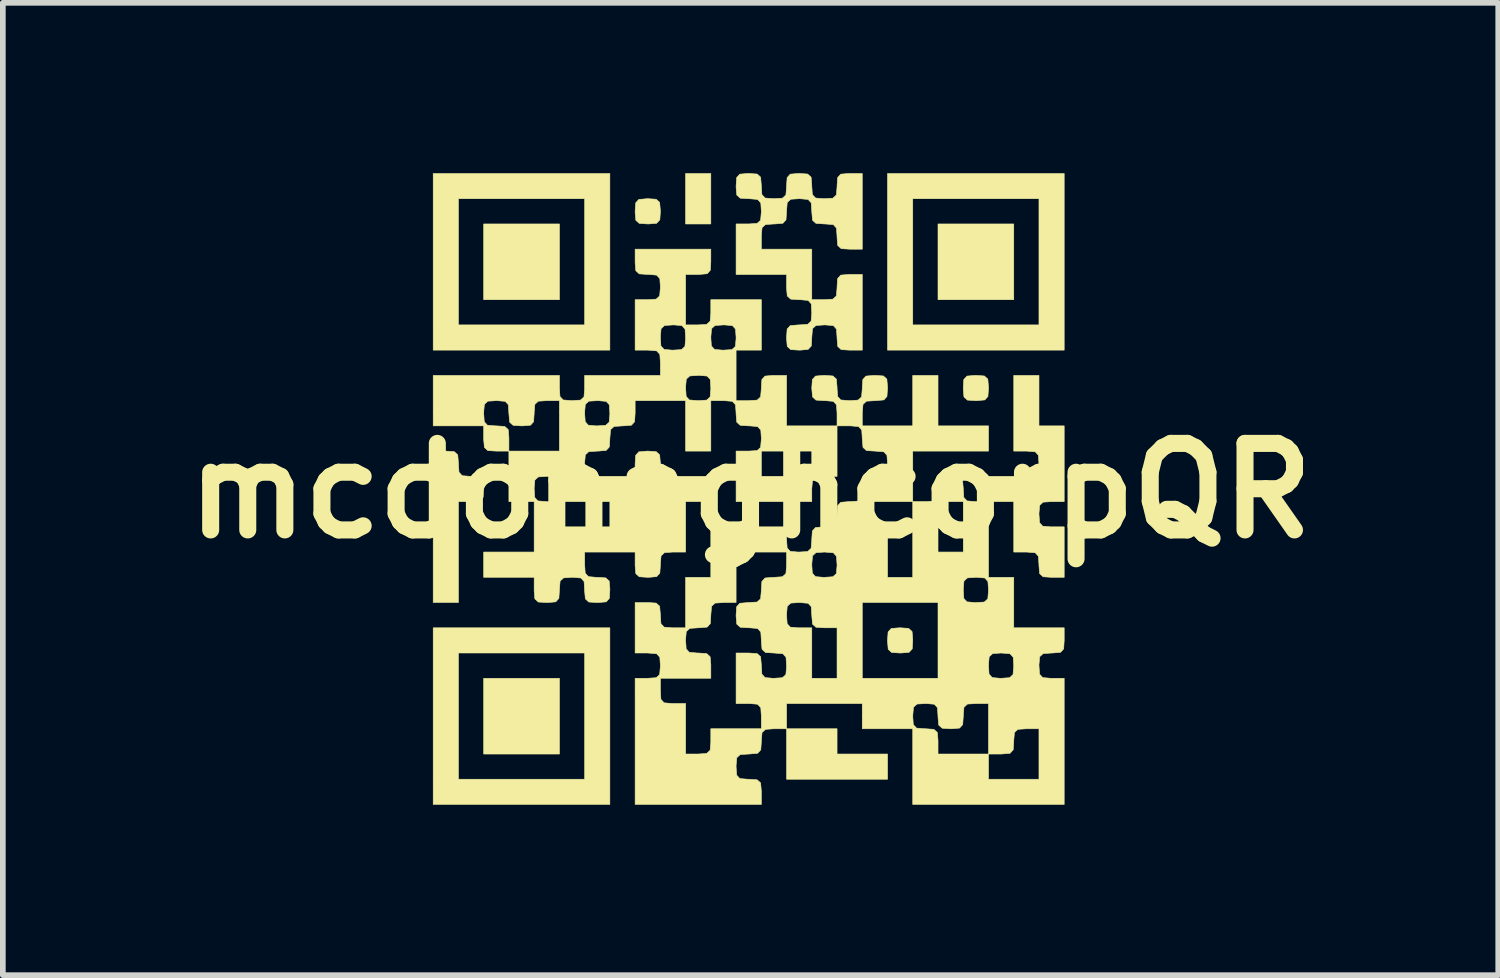
<source format=kicad_pcb>
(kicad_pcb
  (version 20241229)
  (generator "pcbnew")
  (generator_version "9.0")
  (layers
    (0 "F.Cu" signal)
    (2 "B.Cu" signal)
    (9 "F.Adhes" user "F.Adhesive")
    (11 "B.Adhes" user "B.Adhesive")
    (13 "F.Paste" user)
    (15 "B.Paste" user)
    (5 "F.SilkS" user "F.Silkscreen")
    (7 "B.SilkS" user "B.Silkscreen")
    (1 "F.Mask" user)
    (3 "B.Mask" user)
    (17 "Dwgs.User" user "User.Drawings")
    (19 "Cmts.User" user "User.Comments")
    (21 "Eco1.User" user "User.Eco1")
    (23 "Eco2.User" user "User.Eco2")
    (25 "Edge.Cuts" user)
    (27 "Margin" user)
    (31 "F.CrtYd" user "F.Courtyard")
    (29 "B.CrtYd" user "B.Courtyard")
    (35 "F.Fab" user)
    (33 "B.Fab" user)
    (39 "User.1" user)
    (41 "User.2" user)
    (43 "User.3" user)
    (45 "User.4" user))
  (footprint "mcdonaghcorpQR"
    (layer "F.Cu")
    (at 10.167 5.593)
    (property "Reference" "mcdonaghcorpQR" (at 0 0 0) (layer "F.SilkS") (effects (font (size 1.524 1.524) (thickness 0.3))))
    (attr through_hole)
    (fp_poly (pts (xy -3.365 -3.365) (xy -4.699 -3.365) (xy -4.699 -4.699) (xy -3.365 -4.699) (xy -3.365 -3.365)) (stroke (width 0.01) (type solid)) (fill yes) (layer "F.SilkS"))
    (fp_poly (pts (xy -3.365 4.636) (xy -4.699 4.636) (xy -4.699 3.302) (xy -3.365 3.302) (xy -3.365 4.636)) (stroke (width 0.01) (type solid)) (fill yes) (layer "F.SilkS"))
    (fp_poly (pts (xy -0.699 -4.699) (xy -1.143 -4.699) (xy -1.143 -5.588) (xy -0.699 -5.588) (xy -0.699 -4.699)) (stroke (width 0.01) (type solid)) (fill yes) (layer "F.SilkS"))
    (fp_poly (pts (xy 4.636 -3.365) (xy 3.302 -3.365) (xy 3.302 -4.699) (xy 4.636 -4.699) (xy 4.636 -3.365)) (stroke (width 0.01) (type solid)) (fill yes) (layer "F.SilkS"))
    (fp_poly (pts (xy 1.524 4.636) (xy 2.413 4.636) (xy 2.413 5.08) (xy 0.635 5.08) (xy 0.635 4.191) (xy 1.524 4.191) (xy 1.524 4.636)) (stroke (width 0.01) (type solid)) (fill yes) (layer "F.SilkS"))
    (fp_poly (pts (xy -2.477 -2.477) (xy -5.588 -2.477) (xy -5.588 -5.144) (xy -5.144 -5.144) (xy -5.144 -2.921) (xy -2.921 -2.921) (xy -2.921 -5.144) (xy -5.144 -5.144) (xy -5.588 -5.144) (xy -5.588 -5.588) (xy -2.477 -5.588) (xy -2.477 -2.477)) (stroke (width 0.01) (type solid)) (fill yes) (layer "F.SilkS"))
    (fp_poly (pts (xy -2.477 5.524) (xy -5.588 5.524) (xy -5.588 2.857) (xy -5.144 2.857) (xy -5.144 5.08) (xy -2.921 5.08) (xy -2.921 2.857) (xy -5.144 2.857) (xy -5.588 2.857) (xy -5.588 2.413) (xy -2.477 2.413) (xy -2.477 5.524)) (stroke (width 0.01) (type solid)) (fill yes) (layer "F.SilkS"))
    (fp_poly (pts (xy 5.524 -2.477) (xy 2.413 -2.477) (xy 2.413 -5.144) (xy 2.857 -5.144) (xy 2.857 -2.921) (xy 5.08 -2.921) (xy 5.08 -5.144) (xy 2.857 -5.144) (xy 2.413 -5.144) (xy 2.413 -5.588) (xy 5.524 -5.588) (xy 5.524 -2.477)) (stroke (width 0.01) (type solid)) (fill yes) (layer "F.SilkS"))
    (fp_poly (pts (xy -1.661 -5.134) (xy -1.6 -5.078) (xy -1.588 -4.938) (xy -1.587 -4.921) (xy -1.597 -4.772) (xy -1.653 -4.711) (xy -1.793 -4.699) (xy -1.81 -4.699) (xy -1.959 -4.709) (xy -2.02 -4.764) (xy -2.032 -4.904) (xy -2.032 -4.921) (xy -2.022 -5.07) (xy -1.967 -5.131) (xy -1.827 -5.143) (xy -1.81 -5.144) (xy -1.661 -5.134)) (stroke (width 0.01) (type solid)) (fill yes) (layer "F.SilkS"))
    (fp_poly (pts (xy 2.784 2.423) (xy 2.845 2.478) (xy 2.857 2.618) (xy 2.857 2.635) (xy 2.848 2.784) (xy 2.792 2.845) (xy 2.652 2.857) (xy 2.635 2.857) (xy 2.486 2.848) (xy 2.425 2.792) (xy 2.413 2.652) (xy 2.413 2.635) (xy 2.423 2.486) (xy 2.478 2.425) (xy 2.618 2.413) (xy 2.635 2.413) (xy 2.784 2.423)) (stroke (width 0.01) (type solid)) (fill yes) (layer "F.SilkS"))
    (fp_poly (pts (xy 4.118 -2.022) (xy 4.179 -1.967) (xy 4.191 -1.827) (xy 4.191 -1.81) (xy 4.181 -1.661) (xy 4.126 -1.6) (xy 3.986 -1.588) (xy 3.969 -1.587) (xy 3.82 -1.597) (xy 3.759 -1.653) (xy 3.747 -1.793) (xy 3.747 -1.81) (xy 3.756 -1.959) (xy 3.812 -2.02) (xy 3.952 -2.032) (xy 3.969 -2.032) (xy 4.118 -2.022)) (stroke (width 0.01) (type solid)) (fill yes) (layer "F.SilkS"))
    (fp_poly (pts (xy -5.217 -0.689) (xy -5.156 -0.633) (xy -5.144 -0.493) (xy -5.144 -0.476) (xy -5.134 -0.327) (xy -5.078 -0.266) (xy -4.938 -0.254) (xy -4.921 -0.254) (xy -4.772 -0.244) (xy -4.711 -0.189) (xy -4.699 -0.049) (xy -4.699 -0.032) (xy -4.709 0.117) (xy -4.764 0.178) (xy -4.904 0.19) (xy -4.921 0.191) (xy -5.144 0.191) (xy -5.144 1.968) (xy -5.588 1.968) (xy -5.588 -0.699) (xy -5.366 -0.699) (xy -5.217 -0.689)) (stroke (width 0.01) (type solid)) (fill yes) (layer "F.SilkS"))
    (fp_poly (pts (xy 1.968 -4.255) (xy 1.746 -4.255) (xy 1.597 -4.264) (xy 1.536 -4.32) (xy 1.524 -4.46) (xy 1.524 -4.477) (xy 1.514 -4.626) (xy 1.459 -4.687) (xy 1.319 -4.699) (xy 1.302 -4.699) (xy 1.153 -4.709) (xy 1.092 -4.764) (xy 1.08 -4.904) (xy 1.079 -4.921) (xy 1.07 -5.07) (xy 1.014 -5.131) (xy 0.874 -5.143) (xy 0.857 -5.144) (xy 0.708 -5.134) (xy 0.647 -5.078) (xy 0.635 -4.938) (xy 0.635 -4.921) (xy 0.625 -4.772) (xy 0.57 -4.711) (xy 0.43 -4.699) (xy 0.413 -4.699) (xy 0.264 -4.689) (xy 0.203 -4.634) (xy 0.191 -4.494) (xy 0.191 -4.477) (xy 0.191 -4.255) (xy 1.079 -4.255) (xy 1.079 -3.365) (xy 1.302 -3.365) (xy 1.451 -3.375) (xy 1.512 -3.431) (xy 1.524 -3.571) (xy 1.524 -3.588) (xy 1.534 -3.737) (xy 1.589 -3.798) (xy 1.729 -3.81) (xy 1.746 -3.81) (xy 1.968 -3.81) (xy 1.968 -2.477) (xy 1.746 -2.477) (xy 1.597 -2.486) (xy 1.536 -2.542) (xy 1.524 -2.682) (xy 1.524 -2.699) (xy 1.514 -2.848) (xy 1.459 -2.909) (xy 1.319 -2.921) (xy 1.302 -2.921) (xy 1.153 -2.911) (xy 1.092 -2.856) (xy 1.08 -2.716) (xy 1.079 -2.699) (xy 1.07 -2.55) (xy 1.014 -2.489) (xy 0.874 -2.477) (xy 0.857 -2.477) (xy 0.708 -2.486) (xy 0.647 -2.542) (xy 0.635 -2.682) (xy 0.635 -2.699) (xy 0.645 -2.848) (xy 0.7 -2.909) (xy 0.84 -2.921) (xy 0.857 -2.921) (xy 1.006 -2.931) (xy 1.067 -2.986) (xy 1.079 -3.126) (xy 1.079 -3.143) (xy 1.07 -3.292) (xy 1.014 -3.353) (xy 0.874 -3.365) (xy 0.857 -3.365) (xy 0.708 -3.375) (xy 0.647 -3.431) (xy 0.635 -3.571) (xy 0.635 -3.588) (xy 0.635 -3.81) (xy -0.254 -3.81) (xy -0.254 -4.699) (xy -0.032 -4.699) (xy 0.117 -4.709) (xy 0.178 -4.764) (xy 0.19 -4.904) (xy 0.191 -4.921) (xy 0.181 -5.07) (xy 0.125 -5.131) (xy -0.015 -5.143) (xy -0.032 -5.144) (xy -0.181 -5.153) (xy -0.242 -5.209) (xy -0.254 -5.349) (xy -0.254 -5.366) (xy -0.244 -5.515) (xy -0.189 -5.576) (xy -0.049 -5.588) (xy -0.032 -5.588) (xy 0.117 -5.578) (xy 0.178 -5.523) (xy 0.19 -5.383) (xy 0.191 -5.366) (xy 0.2 -5.217) (xy 0.256 -5.156) (xy 0.396 -5.144) (xy 0.413 -5.144) (xy 0.562 -5.153) (xy 0.623 -5.209) (xy 0.635 -5.349) (xy 0.635 -5.366) (xy 0.645 -5.515) (xy 0.7 -5.576) (xy 0.84 -5.588) (xy 0.857 -5.588) (xy 1.006 -5.578) (xy 1.067 -5.523) (xy 1.079 -5.383) (xy 1.079 -5.366) (xy 1.089 -5.217) (xy 1.145 -5.156) (xy 1.285 -5.144) (xy 1.302 -5.144) (xy 1.451 -5.153) (xy 1.512 -5.209) (xy 1.524 -5.349) (xy 1.524 -5.366) (xy 1.534 -5.515) (xy 1.589 -5.576) (xy 1.729 -5.588) (xy 1.746 -5.588) (xy 1.968 -5.588) (xy 1.968 -4.255)) (stroke (width 0.01) (type solid)) (fill yes) (layer "F.SilkS"))
    (fp_poly (pts (xy 1.524 -0.254) (xy 1.302 -0.254) (xy 1.153 -0.244) (xy 1.092 -0.189) (xy 1.08 -0.049) (xy 1.079 -0.032) (xy 1.079 0.191) (xy -0.254 0.191) (xy -0.254 -0.699) (xy -0.032 -0.699) (xy 0.191 -0.699) (xy 0.191 -0.254) (xy 1.079 -0.254) (xy 1.079 -0.699) (xy 0.191 -0.699) (xy -0.032 -0.699) (xy 0.117 -0.708) (xy 0.178 -0.764) (xy 0.19 -0.904) (xy 0.191 -0.921) (xy 0.181 -1.07) (xy 0.125 -1.131) (xy -0.015 -1.143) (xy -0.032 -1.143) (xy -0.181 -1.153) (xy -0.242 -1.208) (xy -0.254 -1.348) (xy -0.254 -1.365) (xy -0.264 -1.514) (xy -0.319 -1.575) (xy -0.459 -1.587) (xy -0.476 -1.587) (xy -0.699 -1.587) (xy -0.699 -0.699) (xy -1.143 -0.699) (xy -1.143 -1.587) (xy -2.032 -1.587) (xy -2.032 -1.365) (xy -2.042 -1.216) (xy -2.097 -1.155) (xy -2.237 -1.143) (xy -2.254 -1.143) (xy -2.403 -1.133) (xy -2.464 -1.078) (xy -2.476 -0.938) (xy -2.477 -0.921) (xy -2.486 -0.772) (xy -2.542 -0.711) (xy -2.682 -0.699) (xy -2.699 -0.699) (xy -2.848 -0.689) (xy -2.909 -0.633) (xy -2.921 -0.493) (xy -2.921 -0.476) (xy -2.921 -0.254) (xy -2.032 -0.254) (xy -2.032 -0.476) (xy -2.022 -0.625) (xy -1.967 -0.686) (xy -1.827 -0.698) (xy -1.81 -0.699) (xy -1.661 -0.689) (xy -1.6 -0.633) (xy -1.588 -0.493) (xy -1.587 -0.476) (xy -1.587 -0.254) (xy -0.699 -0.254) (xy -0.699 -0.032) (xy -0.708 0.117) (xy -0.764 0.178) (xy -0.904 0.19) (xy -0.921 0.191) (xy -1.143 0.191) (xy -1.143 1.079) (xy -1.365 1.079) (xy -1.514 1.089) (xy -1.575 1.145) (xy -1.587 1.285) (xy -1.587 1.302) (xy -1.597 1.451) (xy -1.653 1.512) (xy -1.793 1.524) (xy -1.81 1.524) (xy -1.959 1.514) (xy -2.02 1.459) (xy -2.032 1.319) (xy -2.032 1.302) (xy -2.032 1.079) (xy -2.921 1.079) (xy -2.921 1.302) (xy -2.911 1.451) (xy -2.856 1.512) (xy -2.716 1.524) (xy -2.699 1.524) (xy -2.55 1.534) (xy -2.489 1.589) (xy -2.477 1.729) (xy -2.477 1.746) (xy -2.486 1.895) (xy -2.542 1.956) (xy -2.682 1.968) (xy -2.699 1.968) (xy -2.848 1.959) (xy -2.909 1.903) (xy -2.921 1.763) (xy -2.921 1.746) (xy -2.931 1.597) (xy -2.986 1.536) (xy -3.126 1.524) (xy -3.143 1.524) (xy -3.292 1.534) (xy -3.353 1.589) (xy -3.365 1.729) (xy -3.365 1.746) (xy -3.375 1.895) (xy -3.431 1.956) (xy -3.571 1.968) (xy -3.588 1.968) (xy -3.737 1.959) (xy -3.798 1.903) (xy -3.81 1.763) (xy -3.81 1.746) (xy -3.81 1.524) (xy -4.699 1.524) (xy -4.699 1.079) (xy -3.81 1.079) (xy -3.81 0.191) (xy -4.255 0.191) (xy -4.255 -0.032) (xy -3.81 -0.032) (xy -3.8 0.117) (xy -3.745 0.178) (xy -3.605 0.19) (xy -3.588 0.191) (xy -3.439 0.2) (xy -3.378 0.256) (xy -3.366 0.396) (xy -3.365 0.413) (xy -3.365 0.635) (xy -2.477 0.635) (xy -2.477 0.191) (xy -3.365 0.191) (xy -3.365 -0.032) (xy -3.375 -0.181) (xy -3.431 -0.242) (xy -3.571 -0.254) (xy -3.588 -0.254) (xy -3.737 -0.244) (xy -3.798 -0.189) (xy -3.81 -0.049) (xy -3.81 -0.032) (xy -4.255 -0.032) (xy -4.255 -0.699) (xy -4.477 -0.699) (xy -4.626 -0.708) (xy -4.687 -0.764) (xy -4.699 -0.904) (xy -4.699 -0.921) (xy -4.699 -1.143) (xy -5.588 -1.143) (xy -5.588 -1.365) (xy -4.699 -1.365) (xy -4.689 -1.216) (xy -4.634 -1.155) (xy -4.494 -1.143) (xy -4.477 -1.143) (xy -4.328 -1.133) (xy -4.267 -1.078) (xy -4.255 -0.938) (xy -4.255 -0.921) (xy -4.255 -0.699) (xy -3.365 -0.699) (xy -3.365 -1.365) (xy -2.921 -1.365) (xy -2.911 -1.216) (xy -2.856 -1.155) (xy -2.716 -1.143) (xy -2.699 -1.143) (xy -2.55 -1.153) (xy -2.489 -1.208) (xy -2.477 -1.348) (xy -2.477 -1.365) (xy -2.486 -1.514) (xy -2.542 -1.575) (xy -2.682 -1.587) (xy -2.699 -1.587) (xy -2.848 -1.578) (xy -2.909 -1.522) (xy -2.921 -1.382) (xy -2.921 -1.365) (xy -3.365 -1.365) (xy -3.365 -1.587) (xy -3.588 -1.587) (xy -3.737 -1.578) (xy -3.798 -1.522) (xy -3.81 -1.382) (xy -3.81 -1.365) (xy -3.82 -1.216) (xy -3.875 -1.155) (xy -4.015 -1.143) (xy -4.032 -1.143) (xy -4.181 -1.153) (xy -4.242 -1.208) (xy -4.254 -1.348) (xy -4.255 -1.365) (xy -4.264 -1.514) (xy -4.32 -1.575) (xy -4.46 -1.587) (xy -4.477 -1.587) (xy -4.626 -1.578) (xy -4.687 -1.522) (xy -4.699 -1.382) (xy -4.699 -1.365) (xy -5.588 -1.365) (xy -5.588 -2.032) (xy -3.365 -2.032) (xy -3.365 -1.81) (xy -3.356 -1.661) (xy -3.3 -1.6) (xy -3.16 -1.588) (xy -3.143 -1.587) (xy -2.994 -1.597) (xy -2.933 -1.653) (xy -2.921 -1.793) (xy -2.921 -1.81) (xy -1.143 -1.81) (xy -1.133 -1.661) (xy -1.078 -1.6) (xy -0.938 -1.588) (xy -0.921 -1.587) (xy -0.772 -1.597) (xy -0.711 -1.653) (xy -0.699 -1.793) (xy -0.699 -1.81) (xy -0.708 -1.959) (xy -0.764 -2.02) (xy -0.904 -2.032) (xy -0.921 -2.032) (xy -1.07 -2.022) (xy -1.131 -1.967) (xy -1.143 -1.827) (xy -1.143 -1.81) (xy -2.921 -1.81) (xy -2.921 -2.032) (xy -1.587 -2.032) (xy -1.587 -2.254) (xy -1.597 -2.403) (xy -1.653 -2.464) (xy -1.793 -2.476) (xy -1.81 -2.477) (xy -2.032 -2.477) (xy -2.032 -2.699) (xy -1.587 -2.699) (xy -1.578 -2.55) (xy -1.522 -2.489) (xy -1.382 -2.477) (xy -1.365 -2.477) (xy -1.216 -2.486) (xy -1.155 -2.542) (xy -1.143 -2.682) (xy -1.143 -2.699) (xy -0.699 -2.699) (xy -0.689 -2.55) (xy -0.633 -2.489) (xy -0.493 -2.477) (xy -0.476 -2.477) (xy -0.327 -2.486) (xy -0.266 -2.542) (xy -0.254 -2.682) (xy -0.254 -2.699) (xy -0.264 -2.848) (xy -0.319 -2.909) (xy -0.459 -2.921) (xy -0.476 -2.921) (xy -0.625 -2.911) (xy -0.686 -2.856) (xy -0.698 -2.716) (xy -0.699 -2.699) (xy -1.143 -2.699) (xy -1.153 -2.848) (xy -1.208 -2.909) (xy -1.348 -2.921) (xy -1.365 -2.921) (xy -1.514 -2.911) (xy -1.575 -2.856) (xy -1.587 -2.716) (xy -1.587 -2.699) (xy -2.032 -2.699) (xy -2.032 -3.365) (xy -1.81 -3.365) (xy -1.661 -3.375) (xy -1.6 -3.431) (xy -1.588 -3.571) (xy -1.587 -3.588) (xy -1.597 -3.737) (xy -1.653 -3.798) (xy -1.793 -3.81) (xy -1.81 -3.81) (xy -1.959 -3.82) (xy -2.02 -3.875) (xy -2.032 -4.015) (xy -2.032 -4.032) (xy -2.032 -4.255) (xy -0.699 -4.255) (xy -0.699 -4.032) (xy -0.708 -3.883) (xy -0.764 -3.822) (xy -0.904 -3.81) (xy -0.921 -3.81) (xy -1.143 -3.81) (xy -1.143 -2.921) (xy -0.921 -2.921) (xy -0.772 -2.931) (xy -0.711 -2.986) (xy -0.699 -3.126) (xy -0.699 -3.143) (xy -0.699 -3.365) (xy 0.191 -3.365) (xy 0.191 -2.477) (xy -0.254 -2.477) (xy -0.254 -1.587) (xy -0.032 -1.587) (xy 0.117 -1.597) (xy 0.178 -1.653) (xy 0.19 -1.793) (xy 0.191 -1.81) (xy 0.2 -1.959) (xy 0.256 -2.02) (xy 0.396 -2.032) (xy 0.413 -2.032) (xy 0.635 -2.032) (xy 0.635 -1.143) (xy 1.524 -1.143) (xy 1.524 -0.254)) (stroke (width 0.01) (type solid)) (fill yes) (layer "F.SilkS"))
    (fp_poly (pts (xy 1.524 -1.365) (xy 1.514 -1.514) (xy 1.459 -1.575) (xy 1.319 -1.587) (xy 1.302 -1.587) (xy 1.153 -1.597) (xy 1.092 -1.653) (xy 1.08 -1.793) (xy 1.079 -1.81) (xy 1.089 -1.959) (xy 1.145 -2.02) (xy 1.285 -2.032) (xy 1.302 -2.032) (xy 1.451 -2.022) (xy 1.512 -1.967) (xy 1.524 -1.827) (xy 1.524 -1.81) (xy 1.534 -1.661) (xy 1.589 -1.6) (xy 1.729 -1.588) (xy 1.746 -1.587) (xy 1.895 -1.597) (xy 1.956 -1.653) (xy 1.968 -1.793) (xy 1.968 -1.81) (xy 1.978 -1.959) (xy 2.034 -2.02) (xy 2.174 -2.032) (xy 2.191 -2.032) (xy 2.34 -2.022) (xy 2.401 -1.967) (xy 2.413 -1.827) (xy 2.413 -1.81) (xy 2.403 -1.661) (xy 2.348 -1.6) (xy 2.208 -1.588) (xy 2.191 -1.587) (xy 2.042 -1.578) (xy 1.981 -1.522) (xy 1.969 -1.382) (xy 1.968 -1.365) (xy 1.968 -1.143) (xy 2.857 -1.143) (xy 2.857 -2.032) (xy 3.302 -2.032) (xy 3.302 -1.143) (xy 4.191 -1.143) (xy 4.191 -0.699) (xy 2.857 -0.699) (xy 2.857 0.191) (xy 3.08 0.191) (xy 3.302 0.191) (xy 3.302 1.079) (xy 3.747 1.079) (xy 3.747 0.191) (xy 3.302 0.191) (xy 3.08 0.191) (xy 3.229 0.181) (xy 3.29 0.125) (xy 3.302 -0.015) (xy 3.302 -0.032) (xy 3.312 -0.181) (xy 3.367 -0.242) (xy 3.507 -0.254) (xy 3.524 -0.254) (xy 3.673 -0.244) (xy 3.734 -0.189) (xy 3.746 -0.049) (xy 3.747 -0.032) (xy 3.756 0.117) (xy 3.812 0.178) (xy 3.952 0.19) (xy 3.969 0.191) (xy 4.118 0.181) (xy 4.179 0.125) (xy 4.191 -0.015) (xy 4.191 -0.032) (xy 4.191 -0.254) (xy 5.08 -0.254) (xy 5.08 -0.476) (xy 5.07 -0.625) (xy 5.015 -0.686) (xy 4.875 -0.698) (xy 4.858 -0.699) (xy 4.636 -0.699) (xy 4.636 -2.032) (xy 5.08 -2.032) (xy 5.08 -1.143) (xy 5.524 -1.143) (xy 5.524 0.191) (xy 5.302 0.191) (xy 5.153 0.2) (xy 5.092 0.256) (xy 5.08 0.396) (xy 5.08 0.413) (xy 5.09 0.562) (xy 5.145 0.623) (xy 5.285 0.635) (xy 5.302 0.635) (xy 5.524 0.635) (xy 5.524 1.524) (xy 5.302 1.524) (xy 5.153 1.514) (xy 5.092 1.459) (xy 5.08 1.319) (xy 5.08 1.302) (xy 5.07 1.153) (xy 5.015 1.092) (xy 4.875 1.08) (xy 4.858 1.079) (xy 4.636 1.079) (xy 4.636 0.191) (xy 4.191 0.191) (xy 4.191 1.524) (xy 4.636 1.524) (xy 4.636 2.413) (xy 5.524 2.413) (xy 5.524 2.635) (xy 5.515 2.784) (xy 5.459 2.845) (xy 5.319 2.857) (xy 5.302 2.857) (xy 5.153 2.867) (xy 5.092 2.923) (xy 5.08 3.063) (xy 5.08 3.08) (xy 5.09 3.229) (xy 5.145 3.29) (xy 5.285 3.302) (xy 5.302 3.302) (xy 5.524 3.302) (xy 5.524 5.524) (xy 2.857 5.524) (xy 2.857 5.08) (xy 4.191 5.08) (xy 5.08 5.08) (xy 5.08 4.191) (xy 4.858 4.191) (xy 4.709 4.201) (xy 4.648 4.256) (xy 4.636 4.396) (xy 4.636 4.413) (xy 4.626 4.562) (xy 4.57 4.623) (xy 4.43 4.635) (xy 4.413 4.636) (xy 4.191 4.636) (xy 4.191 5.08) (xy 2.857 5.08) (xy 2.857 4.191) (xy 1.968 4.191) (xy 1.968 3.969) (xy 2.857 3.969) (xy 2.867 4.118) (xy 2.923 4.179) (xy 3.063 4.191) (xy 3.08 4.191) (xy 3.229 4.201) (xy 3.29 4.256) (xy 3.302 4.396) (xy 3.302 4.413) (xy 3.302 4.636) (xy 4.191 4.636) (xy 4.191 3.747) (xy 3.969 3.747) (xy 3.82 3.756) (xy 3.759 3.812) (xy 3.747 3.952) (xy 3.747 3.969) (xy 3.737 4.118) (xy 3.681 4.179) (xy 3.541 4.191) (xy 3.524 4.191) (xy 3.375 4.181) (xy 3.314 4.126) (xy 3.302 3.986) (xy 3.302 3.969) (xy 3.292 3.82) (xy 3.237 3.759) (xy 3.097 3.747) (xy 3.08 3.747) (xy 2.931 3.756) (xy 2.87 3.812) (xy 2.858 3.952) (xy 2.857 3.969) (xy 1.968 3.969) (xy 1.968 3.747) (xy 0.635 3.747) (xy 0.635 4.191) (xy 0.413 4.191) (xy 0.264 4.201) (xy 0.203 4.256) (xy 0.191 4.396) (xy 0.191 4.413) (xy 0.181 4.562) (xy 0.125 4.623) (xy -0.015 4.635) (xy -0.032 4.636) (xy -0.181 4.645) (xy -0.242 4.701) (xy -0.254 4.841) (xy -0.254 4.858) (xy -0.244 5.007) (xy -0.189 5.068) (xy -0.049 5.08) (xy -0.032 5.08) (xy 0.117 5.09) (xy 0.178 5.145) (xy 0.19 5.285) (xy 0.191 5.302) (xy 0.191 5.524) (xy -2.032 5.524) (xy -2.032 3.302) (xy -1.81 3.302) (xy -1.587 3.302) (xy -1.587 3.524) (xy -1.578 3.673) (xy -1.522 3.734) (xy -1.382 3.746) (xy -1.365 3.747) (xy -1.143 3.747) (xy -1.143 4.636) (xy -0.921 4.636) (xy -0.772 4.626) (xy -0.711 4.57) (xy -0.699 4.43) (xy -0.699 4.413) (xy -0.699 4.191) (xy 0.191 4.191) (xy 0.191 3.969) (xy 0.181 3.82) (xy 0.125 3.759) (xy -0.015 3.747) (xy -0.032 3.747) (xy -0.254 3.747) (xy -0.254 2.857) (xy -0.032 2.857) (xy 0.117 2.867) (xy 0.178 2.923) (xy 0.19 3.063) (xy 0.191 3.08) (xy 0.2 3.229) (xy 0.256 3.29) (xy 0.396 3.302) (xy 0.413 3.302) (xy 0.562 3.292) (xy 0.623 3.237) (xy 0.635 3.097) (xy 0.635 3.08) (xy 0.625 2.931) (xy 0.57 2.87) (xy 0.43 2.858) (xy 0.413 2.857) (xy 0.264 2.848) (xy 0.203 2.792) (xy 0.191 2.652) (xy 0.191 2.635) (xy 0.181 2.486) (xy 0.125 2.425) (xy -0.015 2.413) (xy -0.032 2.413) (xy -0.181 2.403) (xy -0.242 2.348) (xy -0.254 2.208) (xy -0.254 2.191) (xy 0.635 2.191) (xy 0.645 2.34) (xy 0.7 2.401) (xy 0.84 2.413) (xy 0.857 2.413) (xy 1.079 2.413) (xy 1.079 3.302) (xy 1.524 3.302) (xy 1.524 2.413) (xy 1.302 2.413) (xy 1.153 2.403) (xy 1.092 2.348) (xy 1.08 2.208) (xy 1.079 2.191) (xy 1.07 2.042) (xy 1.014 1.981) (xy 0.874 1.969) (xy 0.857 1.968) (xy 1.968 1.968) (xy 1.968 3.302) (xy 3.302 3.302) (xy 3.302 3.08) (xy 4.191 3.08) (xy 4.201 3.229) (xy 4.256 3.29) (xy 4.396 3.302) (xy 4.413 3.302) (xy 4.562 3.292) (xy 4.623 3.237) (xy 4.635 3.097) (xy 4.636 3.08) (xy 4.626 2.931) (xy 4.57 2.87) (xy 4.43 2.858) (xy 4.413 2.857) (xy 4.264 2.867) (xy 4.203 2.923) (xy 4.191 3.063) (xy 4.191 3.08) (xy 3.302 3.08) (xy 3.302 1.968) (xy 1.968 1.968) (xy 0.857 1.968) (xy 0.708 1.978) (xy 0.647 2.034) (xy 0.635 2.174) (xy 0.635 2.191) (xy -0.254 2.191) (xy -0.244 2.042) (xy -0.189 1.981) (xy -0.049 1.969) (xy -0.032 1.968) (xy 0.117 1.959) (xy 0.178 1.903) (xy 0.19 1.763) (xy 0.191 1.746) (xy 3.747 1.746) (xy 3.756 1.895) (xy 3.812 1.956) (xy 3.952 1.968) (xy 3.969 1.968) (xy 4.118 1.959) (xy 4.179 1.903) (xy 4.191 1.763) (xy 4.191 1.746) (xy 4.181 1.597) (xy 4.126 1.536) (xy 3.986 1.524) (xy 3.969 1.524) (xy 3.82 1.534) (xy 3.759 1.589) (xy 3.747 1.729) (xy 3.747 1.746) (xy 0.191 1.746) (xy 0.2 1.597) (xy 0.256 1.536) (xy 0.396 1.524) (xy 0.413 1.524) (xy 0.562 1.514) (xy 0.623 1.459) (xy 0.635 1.319) (xy 0.635 1.302) (xy 1.079 1.302) (xy 1.089 1.451) (xy 1.145 1.512) (xy 1.285 1.524) (xy 1.302 1.524) (xy 1.451 1.514) (xy 1.512 1.459) (xy 1.524 1.319) (xy 1.524 1.302) (xy 1.514 1.153) (xy 1.459 1.092) (xy 1.319 1.08) (xy 1.302 1.079) (xy 1.153 1.089) (xy 1.092 1.145) (xy 1.08 1.285) (xy 1.079 1.302) (xy 0.635 1.302) (xy 0.635 1.079) (xy -0.254 1.079) (xy -0.254 1.968) (xy -0.476 1.968) (xy -0.625 1.978) (xy -0.686 2.034) (xy -0.698 2.174) (xy -0.699 2.191) (xy -0.708 2.34) (xy -0.764 2.401) (xy -0.904 2.413) (xy -0.921 2.413) (xy -1.07 2.423) (xy -1.131 2.478) (xy -1.143 2.618) (xy -1.143 2.635) (xy -1.133 2.784) (xy -1.078 2.845) (xy -0.938 2.857) (xy -0.921 2.857) (xy -0.772 2.867) (xy -0.711 2.923) (xy -0.699 3.063) (xy -0.699 3.08) (xy -0.699 3.302) (xy -1.587 3.302) (xy -1.81 3.302) (xy -1.661 3.292) (xy -1.6 3.237) (xy -1.588 3.097) (xy -1.587 3.08) (xy -1.597 2.931) (xy -1.653 2.87) (xy -1.793 2.858) (xy -1.81 2.857) (xy -2.032 2.857) (xy -2.032 1.968) (xy -1.81 1.968) (xy -1.661 1.978) (xy -1.6 2.034) (xy -1.588 2.174) (xy -1.587 2.191) (xy -1.578 2.34) (xy -1.522 2.401) (xy -1.382 2.413) (xy -1.365 2.413) (xy -1.143 2.413) (xy -1.143 1.524) (xy -0.699 1.524) (xy -0.699 0.635) (xy 0.635 0.635) (xy 0.635 0.857) (xy 0.645 1.006) (xy 0.7 1.067) (xy 0.84 1.079) (xy 0.857 1.079) (xy 1.006 1.07) (xy 1.067 1.014) (xy 1.079 0.874) (xy 1.079 0.857) (xy 1.089 0.708) (xy 1.145 0.647) (xy 1.285 0.635) (xy 1.302 0.635) (xy 1.451 0.625) (xy 1.512 0.57) (xy 1.524 0.43) (xy 1.524 0.413) (xy 1.534 0.264) (xy 1.589 0.203) (xy 1.729 0.191) (xy 1.746 0.191) (xy 1.968 0.191) (xy 1.968 0.413) (xy 1.978 0.562) (xy 2.034 0.623) (xy 2.174 0.635) (xy 2.191 0.635) (xy 2.413 0.635) (xy 2.413 1.524) (xy 2.857 1.524) (xy 2.857 0.191) (xy 1.968 0.191) (xy 1.746 0.191) (xy 1.895 0.181) (xy 1.956 0.125) (xy 1.968 -0.015) (xy 1.968 -0.032) (xy 1.978 -0.181) (xy 2.034 -0.242) (xy 2.174 -0.254) (xy 2.191 -0.254) (xy 2.34 -0.264) (xy 2.401 -0.319) (xy 2.413 -0.459) (xy 2.413 -0.476) (xy 2.403 -0.625) (xy 2.348 -0.686) (xy 2.208 -0.698) (xy 2.191 -0.699) (xy 2.042 -0.708) (xy 1.981 -0.764) (xy 1.969 -0.904) (xy 1.968 -0.921) (xy 1.959 -1.07) (xy 1.903 -1.131) (xy 1.763 -1.143) (xy 1.746 -1.143) (xy 1.524 -1.143) (xy 1.524 -1.365)) (stroke (width 0.01) (type solid)) (fill yes) (layer "F.SilkS")))
  (gr_rect
    (start -3 -3)
    (end 23.335 14.123)
    (stroke (width 0.1) (type default))
    (fill no)
    (layer "Edge.Cuts")))
</source>
